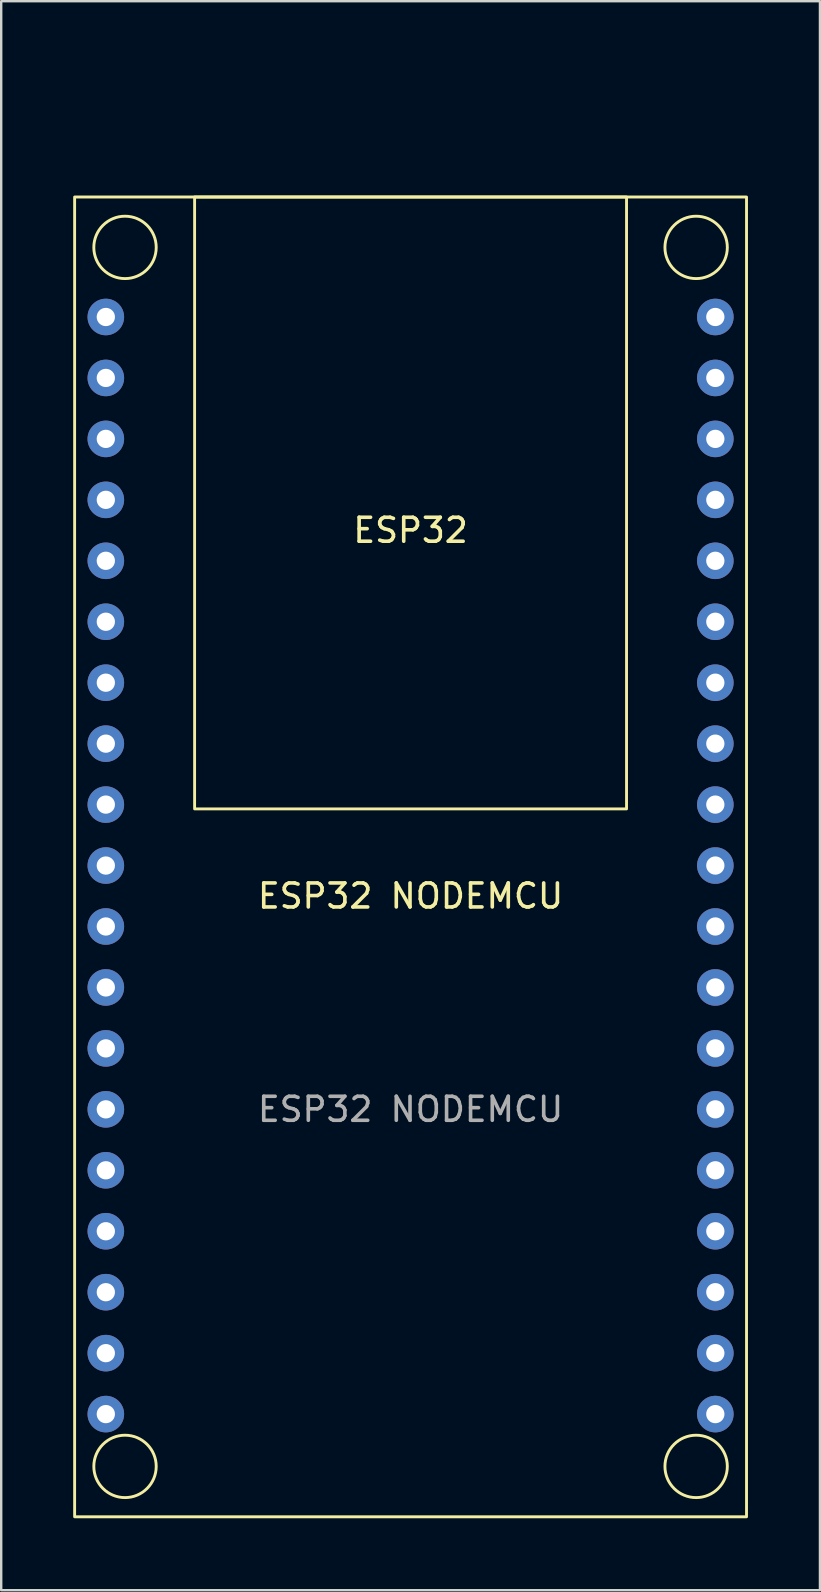
<source format=kicad_pcb>
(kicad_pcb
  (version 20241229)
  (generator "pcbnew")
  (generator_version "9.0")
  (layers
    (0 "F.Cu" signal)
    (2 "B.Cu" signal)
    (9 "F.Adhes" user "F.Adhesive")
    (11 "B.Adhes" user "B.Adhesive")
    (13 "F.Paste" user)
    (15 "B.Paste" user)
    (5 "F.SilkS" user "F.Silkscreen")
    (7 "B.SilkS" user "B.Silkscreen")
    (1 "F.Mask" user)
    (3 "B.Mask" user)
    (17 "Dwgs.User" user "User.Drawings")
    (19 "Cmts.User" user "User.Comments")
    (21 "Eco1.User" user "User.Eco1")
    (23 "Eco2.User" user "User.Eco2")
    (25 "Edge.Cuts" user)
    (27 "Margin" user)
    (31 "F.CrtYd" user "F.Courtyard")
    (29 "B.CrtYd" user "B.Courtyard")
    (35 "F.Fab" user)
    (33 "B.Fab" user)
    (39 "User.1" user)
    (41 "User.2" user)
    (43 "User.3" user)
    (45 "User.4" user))
  (footprint "ESP32 NODEMCU"
    (layer "F.Cu")
    (at 1.36 10.16)
    (property "Reference" "ESP32 NODEMCU" (at 12.7 24.13 0) (unlocked yes) (layer "F.SilkS") (effects (font (size 1 1) (thickness 0.15))))
    (attr through_hole)
    (fp_rect (start -1.3 -5) (end 26.7 50) (stroke (width 0.12) (type solid)) (fill no) (layer "F.SilkS"))
    (fp_rect (start 3.7 -5) (end 21.7 20.5) (stroke (width 0.12) (type solid)) (fill no) (layer "F.SilkS"))
    (fp_circle (center 0.8 -2.9) (end 2.1 -2.9) (stroke (width 0.12) (type solid)) (fill no) (layer "F.SilkS"))
    (fp_circle (center 0.8 47.9) (end 2.1 47.9) (stroke (width 0.12) (type solid)) (fill no) (layer "F.SilkS"))
    (fp_circle (center 24.6 -2.9) (end 25.9 -2.9) (stroke (width 0.12) (type solid)) (fill no) (layer "F.SilkS"))
    (fp_circle (center 24.6 47.9) (end 25.9 47.9) (stroke (width 0.12) (type solid)) (fill no) (layer "F.SilkS"))
    (fp_text user "ESP32" (at 12.7 8.89 0) (unlocked yes) (layer "F.SilkS") (effects (font (size 1 1) (thickness 0.15))))
    (fp_text user "${REFERENCE}" (at 12.7 33.02 0) (unlocked yes) (layer "F.Fab") (effects (font (size 1 1) (thickness 0.15))))
    (pad "1" thru_hole circle (at 25.4 0) (size 1.524 1.524) (drill 0.762) (layers "*.Cu" "*.Mask"))
    (pad "2" thru_hole circle (at 25.4 2.54) (size 1.524 1.524) (drill 0.762) (layers "*.Cu" "*.Mask"))
    (pad "3" thru_hole circle (at 25.4 5.08) (size 1.524 1.524) (drill 0.762) (layers "*.Cu" "*.Mask"))
    (pad "4" thru_hole circle (at 25.4 7.62) (size 1.524 1.524) (drill 0.762) (layers "*.Cu" "*.Mask"))
    (pad "5" thru_hole circle (at 25.4 10.16) (size 1.524 1.524) (drill 0.762) (layers "*.Cu" "*.Mask"))
    (pad "6" thru_hole circle (at 25.4 12.7) (size 1.524 1.524) (drill 0.762) (layers "*.Cu" "*.Mask"))
    (pad "7" thru_hole circle (at 25.4 15.24) (size 1.524 1.524) (drill 0.762) (layers "*.Cu" "*.Mask"))
    (pad "8" thru_hole circle (at 25.4 17.78) (size 1.524 1.524) (drill 0.762) (layers "*.Cu" "*.Mask"))
    (pad "9" thru_hole circle (at 25.4 20.32) (size 1.524 1.524) (drill 0.762) (layers "*.Cu" "*.Mask"))
    (pad "10" thru_hole circle (at 25.4 22.86) (size 1.524 1.524) (drill 0.762) (layers "*.Cu" "*.Mask"))
    (pad "11" thru_hole circle (at 25.4 25.4) (size 1.524 1.524) (drill 0.762) (layers "*.Cu" "*.Mask"))
    (pad "12" thru_hole circle (at 25.4 27.94) (size 1.524 1.524) (drill 0.762) (layers "*.Cu" "*.Mask"))
    (pad "13" thru_hole circle (at 25.4 30.48) (size 1.524 1.524) (drill 0.762) (layers "*.Cu" "*.Mask"))
    (pad "14" thru_hole circle (at 25.4 33.02) (size 1.524 1.524) (drill 0.762) (layers "*.Cu" "*.Mask"))
    (pad "15" thru_hole circle (at 25.4 35.56) (size 1.524 1.524) (drill 0.762) (layers "*.Cu" "*.Mask"))
    (pad "16" thru_hole circle (at 25.4 38.1) (size 1.524 1.524) (drill 0.762) (layers "*.Cu" "*.Mask"))
    (pad "17" thru_hole circle (at 25.4 40.64) (size 1.524 1.524) (drill 0.762) (layers "*.Cu" "*.Mask"))
    (pad "18" thru_hole circle (at 25.4 43.18) (size 1.524 1.524) (drill 0.762) (layers "*.Cu" "*.Mask"))
    (pad "19" thru_hole circle (at 25.4 45.72) (size 1.524 1.524) (drill 0.762) (layers "*.Cu" "*.Mask"))
    (pad "20" thru_hole circle (at 0 45.72) (size 1.524 1.524) (drill 0.762) (layers "*.Cu" "*.Mask"))
    (pad "21" thru_hole circle (at 0 43.18) (size 1.524 1.524) (drill 0.762) (layers "*.Cu" "*.Mask"))
    (pad "22" thru_hole circle (at 0 40.64) (size 1.524 1.524) (drill 0.762) (layers "*.Cu" "*.Mask"))
    (pad "23" thru_hole circle (at 0 38.1) (size 1.524 1.524) (drill 0.762) (layers "*.Cu" "*.Mask"))
    (pad "24" thru_hole circle (at 0 35.56) (size 1.524 1.524) (drill 0.762) (layers "*.Cu" "*.Mask"))
    (pad "25" thru_hole circle (at 0 33.02) (size 1.524 1.524) (drill 0.762) (layers "*.Cu" "*.Mask"))
    (pad "26" thru_hole circle (at 0 30.48) (size 1.524 1.524) (drill 0.762) (layers "*.Cu" "*.Mask"))
    (pad "27" thru_hole circle (at 0 27.94) (size 1.524 1.524) (drill 0.762) (layers "*.Cu" "*.Mask"))
    (pad "28" thru_hole circle (at 0 25.4) (size 1.524 1.524) (drill 0.762) (layers "*.Cu" "*.Mask"))
    (pad "29" thru_hole circle (at 0 22.86) (size 1.524 1.524) (drill 0.762) (layers "*.Cu" "*.Mask"))
    (pad "30" thru_hole circle (at 0 20.32) (size 1.524 1.524) (drill 0.762) (layers "*.Cu" "*.Mask"))
    (pad "31" thru_hole circle (at 0 17.78) (size 1.524 1.524) (drill 0.762) (layers "*.Cu" "*.Mask"))
    (pad "32" thru_hole circle (at 0 15.24) (size 1.524 1.524) (drill 0.762) (layers "*.Cu" "*.Mask"))
    (pad "33" thru_hole circle (at 0 12.7) (size 1.524 1.524) (drill 0.762) (layers "*.Cu" "*.Mask"))
    (pad "34" thru_hole circle (at 0 10.16) (size 1.524 1.524) (drill 0.762) (layers "*.Cu" "*.Mask"))
    (pad "35" thru_hole circle (at 0 7.62) (size 1.524 1.524) (drill 0.762) (layers "*.Cu" "*.Mask"))
    (pad "36" thru_hole circle (at 0 5.08) (size 1.524 1.524) (drill 0.762) (layers "*.Cu" "*.Mask"))
    (pad "37" thru_hole circle (at 0 2.54) (size 1.524 1.524) (drill 0.762) (layers "*.Cu" "*.Mask"))
    (pad "38" thru_hole circle (at 0 0) (size 1.524 1.524) (drill 0.762) (layers "*.Cu" "*.Mask"))
    (zone (net_name "") (layer "B.SilkS") (name "Keep Out") (hatch full 0.508) (connect_pads) (min_thickness 0.254) (filled_areas_thickness no) (keepout (tracks not_allowed) (vias not_allowed) (pads not_allowed) (copperpour allowed) (footprints allowed)) (placement (enabled no)) (fill) (polygon (pts (xy 28.03 5.08) (xy 0.09 5.08) (xy 0.09 0) (xy 28.03 0)))))
  (gr_rect
    (start -3 -3)
    (end 31.12 63.22)
    (stroke (width 0.1) (type default))
    (fill no)
    (layer "Edge.Cuts")))
</source>
